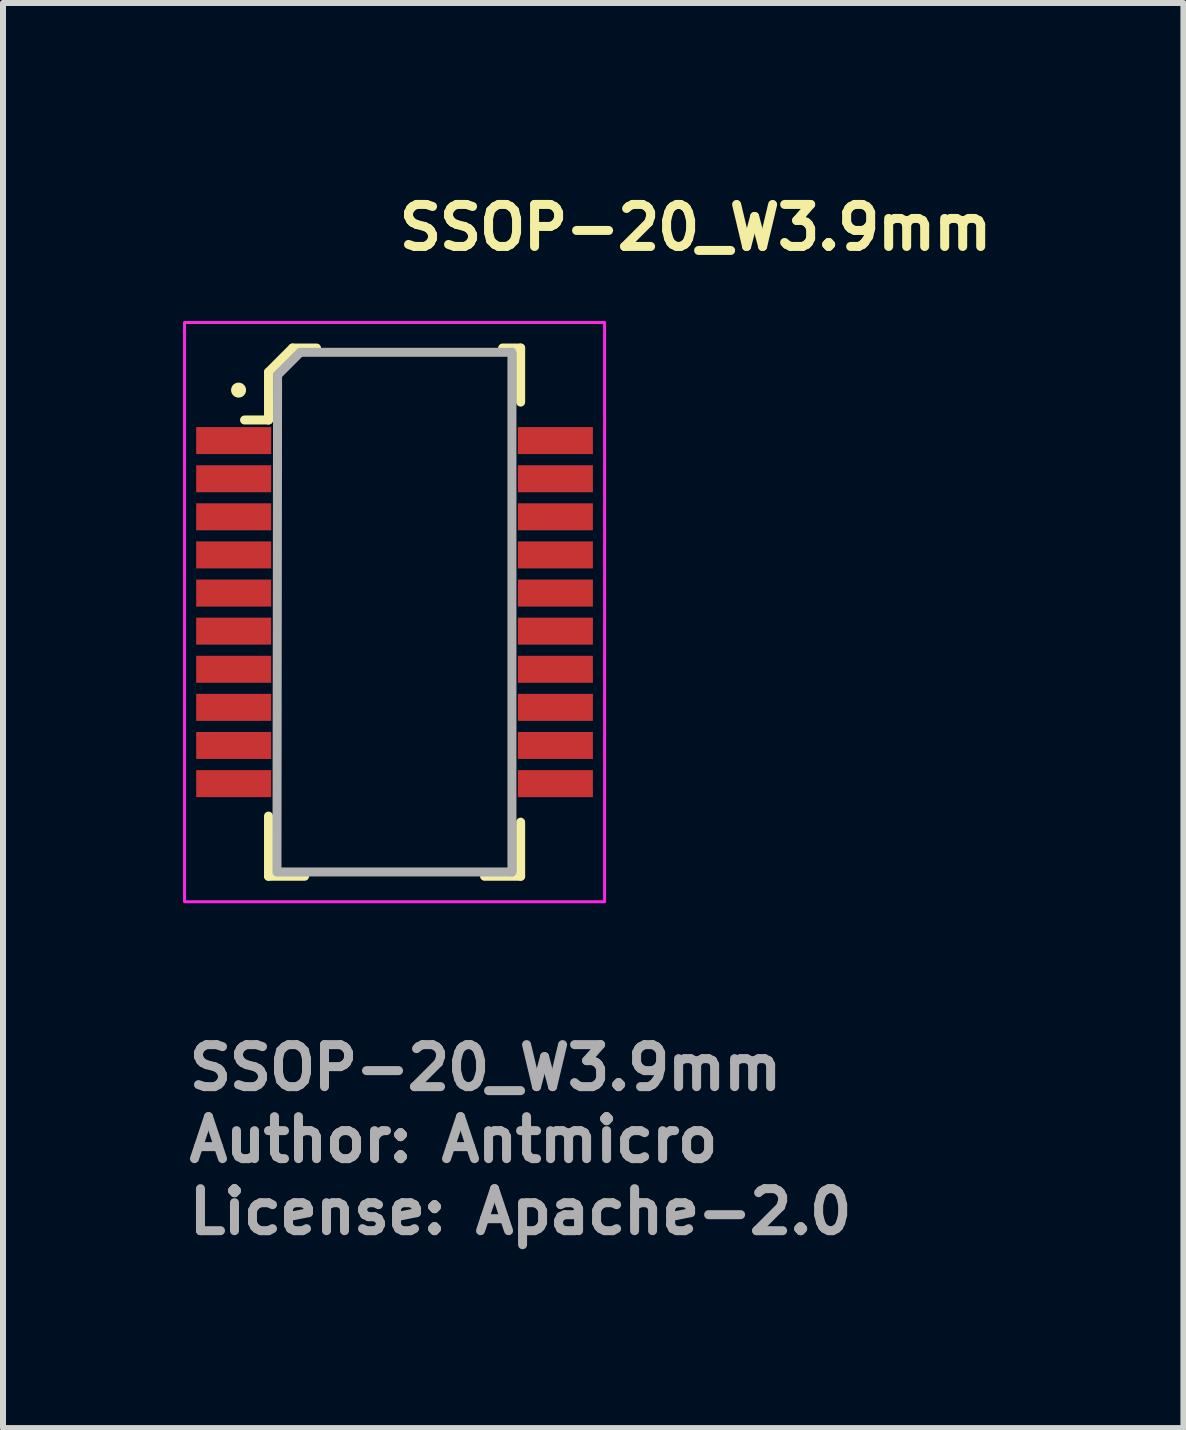
<source format=kicad_pcb>
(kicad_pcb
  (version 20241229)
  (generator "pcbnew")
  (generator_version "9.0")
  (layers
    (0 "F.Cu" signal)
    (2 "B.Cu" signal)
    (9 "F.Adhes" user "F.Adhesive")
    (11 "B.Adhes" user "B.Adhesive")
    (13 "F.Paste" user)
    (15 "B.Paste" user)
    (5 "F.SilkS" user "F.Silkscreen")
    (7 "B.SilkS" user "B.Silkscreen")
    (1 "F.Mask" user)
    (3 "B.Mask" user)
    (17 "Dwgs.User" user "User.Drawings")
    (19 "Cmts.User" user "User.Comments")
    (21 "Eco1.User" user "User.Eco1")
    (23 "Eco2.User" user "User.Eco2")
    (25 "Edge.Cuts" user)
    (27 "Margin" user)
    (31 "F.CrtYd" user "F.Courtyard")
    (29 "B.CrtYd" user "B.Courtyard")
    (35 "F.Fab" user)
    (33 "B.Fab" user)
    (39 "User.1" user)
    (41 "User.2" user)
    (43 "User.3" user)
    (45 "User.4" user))
  (footprint "SSOP-20_W3.9mm"
    (layer "F.Cu")
    (at 3.525 7.15)
    (property "Reference" "SSOP-20_W3.9mm" (at 0 -6 0) (layer "F.SilkS") (effects (font (size 0.7 0.7) (thickness 0.15)) (justify left bottom)))
    (attr smd)
    (fp_line (start -2.101 -4) (end -2.101 -3.202) (stroke (width 0.15) (type solid)) (layer "F.SilkS"))
    (fp_line (start -2.101 -3.202) (end -2.5 -3.202) (stroke (width 0.15) (type solid)) (layer "F.SilkS"))
    (fp_line (start -2.101 3.398) (end -2.101 4.4) (stroke (width 0.15) (type solid)) (layer "F.SilkS"))
    (fp_line (start -2.101 4.4) (end -1.5 4.4) (stroke (width 0.15) (type solid)) (layer "F.SilkS"))
    (fp_line (start -1.7 -4.401) (end -2.101 -4) (stroke (width 0.15) (type solid)) (layer "F.SilkS"))
    (fp_line (start -1.301 -4.401) (end -1.7 -4.401) (stroke (width 0.15) (type solid)) (layer "F.SilkS"))
    (fp_line (start 1.499 4.4) (end 2.1 4.4) (stroke (width 0.15) (type solid)) (layer "F.SilkS"))
    (fp_line (start 1.8 -4.401) (end 2.1 -4.401) (stroke (width 0.15) (type solid)) (layer "F.SilkS"))
    (fp_line (start 2.1 -4.401) (end 2.1 -3.5) (stroke (width 0.15) (type solid)) (layer "F.SilkS"))
    (fp_line (start 2.1 4.4) (end 2.1 3.499) (stroke (width 0.15) (type solid)) (layer "F.SilkS"))
    (fp_circle (center -2.6 -3.7) (end -2.55 -3.7) (stroke (width 0.15) (type solid)) (fill yes) (layer "F.SilkS"))
    (fp_rect (start -3.5 -4.827) (end 3.499 4.825) (stroke (width 0.05) (type solid)) (fill no) (layer "F.CrtYd"))
    (fp_line (start -1.96 4.328) (end -1.95 -3.951) (stroke (width 0.15) (type solid)) (layer "F.Fab"))
    (fp_line (start -1.956 4.329) (end 1.955 4.329) (stroke (width 0.15) (type solid)) (layer "F.Fab"))
    (fp_line (start -1.95 -3.951) (end -1.575 -4.327) (stroke (width 0.15) (type solid)) (layer "F.Fab"))
    (fp_line (start 1.949 -4.33) (end -1.571 -4.33) (stroke (width 0.15) (type solid)) (layer "F.Fab"))
    (fp_line (start 1.955 -4.332) (end 1.955 4.329) (stroke (width 0.15) (type solid)) (layer "F.Fab"))
    (fp_rect (start -3 -4.327) (end 2.999 4.325) (stroke (width 0.1) (type solid)) (fill no) (layer "User.5"))
    (fp_line (start -3 -2.984) (end -3 -2.734) (stroke (width 0.02) (type solid)) (layer "User.9"))
    (fp_line (start -3 -2.348) (end -3 -2.098) (stroke (width 0.02) (type solid)) (layer "User.9"))
    (fp_line (start -3 -1.714) (end -3 -1.464) (stroke (width 0.02) (type solid)) (layer "User.9"))
    (fp_line (start -3 -1.079) (end -3 -0.829) (stroke (width 0.02) (type solid)) (layer "User.9"))
    (fp_line (start -3 -0.443) (end -3 -0.194) (stroke (width 0.02) (type solid)) (layer "User.9"))
    (fp_line (start -3 0.192) (end -3 0.441) (stroke (width 0.02) (type solid)) (layer "User.9"))
    (fp_line (start -3 0.827) (end -3 1.076) (stroke (width 0.02) (type solid)) (layer "User.9"))
    (fp_line (start -3 1.461) (end -3 1.711) (stroke (width 0.02) (type solid)) (layer "User.9"))
    (fp_line (start -3 2.096) (end -3 2.346) (stroke (width 0.02) (type solid)) (layer "User.9"))
    (fp_line (start -3 2.732) (end -3 2.982) (stroke (width 0.02) (type solid)) (layer "User.9"))
    (fp_line (start -2.758 -2.984) (end -3 -2.984) (stroke (width 0.02) (type solid)) (layer "User.9"))
    (fp_line (start -2.758 -2.984) (end -2.537 -2.984) (stroke (width 0.02) (type solid)) (layer "User.9"))
    (fp_line (start -2.758 -2.734) (end -3 -2.734) (stroke (width 0.02) (type solid)) (layer "User.9"))
    (fp_line (start -2.758 -2.348) (end -3 -2.348) (stroke (width 0.02) (type solid)) (layer "User.9"))
    (fp_line (start -2.758 -2.348) (end -2.537 -2.348) (stroke (width 0.02) (type solid)) (layer "User.9"))
    (fp_line (start -2.758 -2.098) (end -3 -2.098) (stroke (width 0.02) (type solid)) (layer "User.9"))
    (fp_line (start -2.758 -1.714) (end -3 -1.714) (stroke (width 0.02) (type solid)) (layer "User.9"))
    (fp_line (start -2.758 -1.714) (end -2.537 -1.714) (stroke (width 0.02) (type solid)) (layer "User.9"))
    (fp_line (start -2.758 -1.464) (end -3 -1.464) (stroke (width 0.02) (type solid)) (layer "User.9"))
    (fp_line (start -2.758 -1.079) (end -3 -1.079) (stroke (width 0.02) (type solid)) (layer "User.9"))
    (fp_line (start -2.758 -1.079) (end -2.537 -1.079) (stroke (width 0.02) (type solid)) (layer "User.9"))
    (fp_line (start -2.758 -0.829) (end -3 -0.829) (stroke (width 0.02) (type solid)) (layer "User.9"))
    (fp_line (start -2.758 -0.443) (end -3 -0.443) (stroke (width 0.02) (type solid)) (layer "User.9"))
    (fp_line (start -2.758 -0.443) (end -2.537 -0.443) (stroke (width 0.02) (type solid)) (layer "User.9"))
    (fp_line (start -2.758 -0.194) (end -3 -0.194) (stroke (width 0.02) (type solid)) (layer "User.9"))
    (fp_line (start -2.758 0.192) (end -3 0.192) (stroke (width 0.02) (type solid)) (layer "User.9"))
    (fp_line (start -2.758 0.192) (end -2.537 0.192) (stroke (width 0.02) (type solid)) (layer "User.9"))
    (fp_line (start -2.758 0.441) (end -3 0.441) (stroke (width 0.02) (type solid)) (layer "User.9"))
    (fp_line (start -2.758 0.827) (end -3 0.827) (stroke (width 0.02) (type solid)) (layer "User.9"))
    (fp_line (start -2.758 0.827) (end -2.537 0.827) (stroke (width 0.02) (type solid)) (layer "User.9"))
    (fp_line (start -2.758 1.076) (end -3 1.076) (stroke (width 0.02) (type solid)) (layer "User.9"))
    (fp_line (start -2.758 1.461) (end -3 1.461) (stroke (width 0.02) (type solid)) (layer "User.9"))
    (fp_line (start -2.758 1.461) (end -2.537 1.461) (stroke (width 0.02) (type solid)) (layer "User.9"))
    (fp_line (start -2.758 1.711) (end -3 1.711) (stroke (width 0.02) (type solid)) (layer "User.9"))
    (fp_line (start -2.758 2.096) (end -3 2.096) (stroke (width 0.02) (type solid)) (layer "User.9"))
    (fp_line (start -2.758 2.096) (end -2.537 2.096) (stroke (width 0.02) (type solid)) (layer "User.9"))
    (fp_line (start -2.758 2.346) (end -3 2.346) (stroke (width 0.02) (type solid)) (layer "User.9"))
    (fp_line (start -2.758 2.732) (end -3 2.732) (stroke (width 0.02) (type solid)) (layer "User.9"))
    (fp_line (start -2.758 2.732) (end -2.537 2.732) (stroke (width 0.02) (type solid)) (layer "User.9"))
    (fp_line (start -2.758 2.982) (end -3 2.982) (stroke (width 0.02) (type solid)) (layer "User.9"))
    (fp_line (start -2.537 -2.734) (end -2.758 -2.734) (stroke (width 0.02) (type solid)) (layer "User.9"))
    (fp_line (start -2.537 -2.734) (end -2.423 -2.734) (stroke (width 0.02) (type solid)) (layer "User.9"))
    (fp_line (start -2.537 -2.098) (end -2.758 -2.098) (stroke (width 0.02) (type solid)) (layer "User.9"))
    (fp_line (start -2.537 -2.098) (end -2.423 -2.098) (stroke (width 0.02) (type solid)) (layer "User.9"))
    (fp_line (start -2.537 -1.464) (end -2.758 -1.464) (stroke (width 0.02) (type solid)) (layer "User.9"))
    (fp_line (start -2.537 -1.464) (end -2.423 -1.464) (stroke (width 0.02) (type solid)) (layer "User.9"))
    (fp_line (start -2.537 -0.829) (end -2.758 -0.829) (stroke (width 0.02) (type solid)) (layer "User.9"))
    (fp_line (start -2.537 -0.829) (end -2.423 -0.829) (stroke (width 0.02) (type solid)) (layer "User.9"))
    (fp_line (start -2.537 -0.194) (end -2.758 -0.194) (stroke (width 0.02) (type solid)) (layer "User.9"))
    (fp_line (start -2.537 -0.194) (end -2.423 -0.194) (stroke (width 0.02) (type solid)) (layer "User.9"))
    (fp_line (start -2.537 0.441) (end -2.758 0.441) (stroke (width 0.02) (type solid)) (layer "User.9"))
    (fp_line (start -2.537 0.441) (end -2.423 0.441) (stroke (width 0.02) (type solid)) (layer "User.9"))
    (fp_line (start -2.537 1.076) (end -2.758 1.076) (stroke (width 0.02) (type solid)) (layer "User.9"))
    (fp_line (start -2.537 1.076) (end -2.423 1.076) (stroke (width 0.02) (type solid)) (layer "User.9"))
    (fp_line (start -2.537 1.711) (end -2.758 1.711) (stroke (width 0.02) (type solid)) (layer "User.9"))
    (fp_line (start -2.537 1.711) (end -2.423 1.711) (stroke (width 0.02) (type solid)) (layer "User.9"))
    (fp_line (start -2.537 2.346) (end -2.758 2.346) (stroke (width 0.02) (type solid)) (layer "User.9"))
    (fp_line (start -2.537 2.346) (end -2.423 2.346) (stroke (width 0.02) (type solid)) (layer "User.9"))
    (fp_line (start -2.537 2.982) (end -2.758 2.982) (stroke (width 0.02) (type solid)) (layer "User.9"))
    (fp_line (start -2.537 2.982) (end -2.423 2.982) (stroke (width 0.02) (type solid)) (layer "User.9"))
    (fp_line (start -2.423 -2.984) (end -2.537 -2.984) (stroke (width 0.02) (type solid)) (layer "User.9"))
    (fp_line (start -2.423 -2.984) (end -2.12 -2.984) (stroke (width 0.02) (type solid)) (layer "User.9"))
    (fp_line (start -2.423 -2.348) (end -2.537 -2.348) (stroke (width 0.02) (type solid)) (layer "User.9"))
    (fp_line (start -2.423 -2.348) (end -2.12 -2.348) (stroke (width 0.02) (type solid)) (layer "User.9"))
    (fp_line (start -2.423 -1.714) (end -2.537 -1.714) (stroke (width 0.02) (type solid)) (layer "User.9"))
    (fp_line (start -2.423 -1.714) (end -2.12 -1.714) (stroke (width 0.02) (type solid)) (layer "User.9"))
    (fp_line (start -2.423 -1.079) (end -2.537 -1.079) (stroke (width 0.02) (type solid)) (layer "User.9"))
    (fp_line (start -2.423 -1.079) (end -2.12 -1.079) (stroke (width 0.02) (type solid)) (layer "User.9"))
    (fp_line (start -2.423 -0.443) (end -2.537 -0.443) (stroke (width 0.02) (type solid)) (layer "User.9"))
    (fp_line (start -2.423 -0.443) (end -2.12 -0.443) (stroke (width 0.02) (type solid)) (layer "User.9"))
    (fp_line (start -2.423 0.192) (end -2.537 0.192) (stroke (width 0.02) (type solid)) (layer "User.9"))
    (fp_line (start -2.423 0.192) (end -2.12 0.192) (stroke (width 0.02) (type solid)) (layer "User.9"))
    (fp_line (start -2.423 0.827) (end -2.537 0.827) (stroke (width 0.02) (type solid)) (layer "User.9"))
    (fp_line (start -2.423 0.827) (end -2.12 0.827) (stroke (width 0.02) (type solid)) (layer "User.9"))
    (fp_line (start -2.423 1.461) (end -2.537 1.461) (stroke (width 0.02) (type solid)) (layer "User.9"))
    (fp_line (start -2.423 1.461) (end -2.12 1.461) (stroke (width 0.02) (type solid)) (layer "User.9"))
    (fp_line (start -2.423 2.096) (end -2.537 2.096) (stroke (width 0.02) (type solid)) (layer "User.9"))
    (fp_line (start -2.423 2.096) (end -2.12 2.096) (stroke (width 0.02) (type solid)) (layer "User.9"))
    (fp_line (start -2.423 2.732) (end -2.537 2.732) (stroke (width 0.02) (type solid)) (layer "User.9"))
    (fp_line (start -2.423 2.732) (end -2.12 2.732) (stroke (width 0.02) (type solid)) (layer "User.9"))
    (fp_line (start -2.12 -2.734) (end -2.423 -2.734) (stroke (width 0.02) (type solid)) (layer "User.9"))
    (fp_line (start -2.12 -2.098) (end -2.423 -2.098) (stroke (width 0.02) (type solid)) (layer "User.9"))
    (fp_line (start -2.12 -1.464) (end -2.423 -1.464) (stroke (width 0.02) (type solid)) (layer "User.9"))
    (fp_line (start -2.12 -0.829) (end -2.423 -0.829) (stroke (width 0.02) (type solid)) (layer "User.9"))
    (fp_line (start -2.12 -0.194) (end -2.423 -0.194) (stroke (width 0.02) (type solid)) (layer "User.9"))
    (fp_line (start -2.12 0.441) (end -2.423 0.441) (stroke (width 0.02) (type solid)) (layer "User.9"))
    (fp_line (start -2.12 1.076) (end -2.423 1.076) (stroke (width 0.02) (type solid)) (layer "User.9"))
    (fp_line (start -2.12 1.711) (end -2.423 1.711) (stroke (width 0.02) (type solid)) (layer "User.9"))
    (fp_line (start -2.12 2.346) (end -2.423 2.346) (stroke (width 0.02) (type solid)) (layer "User.9"))
    (fp_line (start -2.12 2.982) (end -2.423 2.982) (stroke (width 0.02) (type solid)) (layer "User.9"))
    (fp_line (start -1.95 -4.156) (end -1.95 -4.148) (stroke (width 0.02) (type solid)) (layer "User.9"))
    (fp_line (start -1.95 -4.148) (end -1.95 -4.138) (stroke (width 0.02) (type solid)) (layer "User.9"))
    (fp_line (start -1.95 -4.138) (end -1.95 -4.127) (stroke (width 0.02) (type solid)) (layer "User.9"))
    (fp_line (start -1.95 -4.127) (end -1.95 -4.125) (stroke (width 0.02) (type solid)) (layer "User.9"))
    (fp_line (start -1.95 -4.125) (end -1.95 4.123) (stroke (width 0.02) (type solid)) (layer "User.9"))
    (fp_line (start -1.95 -2.984) (end -2.12 -2.984) (stroke (width 0.02) (type solid)) (layer "User.9"))
    (fp_line (start -1.95 -2.984) (end -1.95 -2.734) (stroke (width 0.02) (type solid)) (layer "User.9"))
    (fp_line (start -1.95 -2.734) (end -2.12 -2.734) (stroke (width 0.02) (type solid)) (layer "User.9"))
    (fp_line (start -1.95 -2.348) (end -2.12 -2.348) (stroke (width 0.02) (type solid)) (layer "User.9"))
    (fp_line (start -1.95 -2.348) (end -1.95 -2.098) (stroke (width 0.02) (type solid)) (layer "User.9"))
    (fp_line (start -1.95 -2.098) (end -2.12 -2.098) (stroke (width 0.02) (type solid)) (layer "User.9"))
    (fp_line (start -1.95 -1.714) (end -2.12 -1.714) (stroke (width 0.02) (type solid)) (layer "User.9"))
    (fp_line (start -1.95 -1.714) (end -1.95 -1.464) (stroke (width 0.02) (type solid)) (layer "User.9"))
    (fp_line (start -1.95 -1.464) (end -2.12 -1.464) (stroke (width 0.02) (type solid)) (layer "User.9"))
    (fp_line (start -1.95 -1.079) (end -2.12 -1.079) (stroke (width 0.02) (type solid)) (layer "User.9"))
    (fp_line (start -1.95 -1.079) (end -1.95 -0.829) (stroke (width 0.02) (type solid)) (layer "User.9"))
    (fp_line (start -1.95 -0.829) (end -2.12 -0.829) (stroke (width 0.02) (type solid)) (layer "User.9"))
    (fp_line (start -1.95 -0.443) (end -2.12 -0.443) (stroke (width 0.02) (type solid)) (layer "User.9"))
    (fp_line (start -1.95 -0.443) (end -1.95 -0.194) (stroke (width 0.02) (type solid)) (layer "User.9"))
    (fp_line (start -1.95 -0.194) (end -2.12 -0.194) (stroke (width 0.02) (type solid)) (layer "User.9"))
    (fp_line (start -1.95 0.192) (end -2.12 0.192) (stroke (width 0.02) (type solid)) (layer "User.9"))
    (fp_line (start -1.95 0.192) (end -1.95 0.441) (stroke (width 0.02) (type solid)) (layer "User.9"))
    (fp_line (start -1.95 0.441) (end -2.12 0.441) (stroke (width 0.02) (type solid)) (layer "User.9"))
    (fp_line (start -1.95 0.827) (end -2.12 0.827) (stroke (width 0.02) (type solid)) (layer "User.9"))
    (fp_line (start -1.95 0.827) (end -1.95 1.076) (stroke (width 0.02) (type solid)) (layer "User.9"))
    (fp_line (start -1.95 1.076) (end -2.12 1.076) (stroke (width 0.02) (type solid)) (layer "User.9"))
    (fp_line (start -1.95 1.461) (end -2.12 1.461) (stroke (width 0.02) (type solid)) (layer "User.9"))
    (fp_line (start -1.95 1.461) (end -1.95 1.711) (stroke (width 0.02) (type solid)) (layer "User.9"))
    (fp_line (start -1.95 1.711) (end -2.12 1.711) (stroke (width 0.02) (type solid)) (layer "User.9"))
    (fp_line (start -1.95 2.096) (end -2.12 2.096) (stroke (width 0.02) (type solid)) (layer "User.9"))
    (fp_line (start -1.95 2.096) (end -1.95 2.346) (stroke (width 0.02) (type solid)) (layer "User.9"))
    (fp_line (start -1.95 2.346) (end -2.12 2.346) (stroke (width 0.02) (type solid)) (layer "User.9"))
    (fp_line (start -1.95 2.732) (end -2.12 2.732) (stroke (width 0.02) (type solid)) (layer "User.9"))
    (fp_line (start -1.95 2.732) (end -1.95 2.982) (stroke (width 0.02) (type solid)) (layer "User.9"))
    (fp_line (start -1.95 2.982) (end -2.12 2.982) (stroke (width 0.02) (type solid)) (layer "User.9"))
    (fp_line (start -1.95 4.123) (end -1.95 4.126) (stroke (width 0.02) (type solid)) (layer "User.9"))
    (fp_line (start -1.95 4.126) (end -1.95 4.136) (stroke (width 0.02) (type solid)) (layer "User.9"))
    (fp_line (start -1.95 4.136) (end -1.95 4.145) (stroke (width 0.02) (type solid)) (layer "User.9"))
    (fp_line (start -1.95 4.145) (end -1.95 4.155) (stroke (width 0.02) (type solid)) (layer "User.9"))
    (fp_line (start -1.95 4.155) (end -1.948 4.164) (stroke (width 0.02) (type solid)) (layer "User.9"))
    (fp_line (start -1.948 -4.167) (end -1.95 -4.156) (stroke (width 0.02) (type solid)) (layer "User.9"))
    (fp_line (start -1.948 4.164) (end -1.946 4.174) (stroke (width 0.02) (type solid)) (layer "User.9"))
    (fp_line (start -1.946 -4.175) (end -1.948 -4.167) (stroke (width 0.02) (type solid)) (layer "User.9"))
    (fp_line (start -1.946 4.174) (end -1.942 4.184) (stroke (width 0.02) (type solid)) (layer "User.9"))
    (fp_line (start -1.942 -4.186) (end -1.946 -4.175) (stroke (width 0.02) (type solid)) (layer "User.9"))
    (fp_line (start -1.942 4.184) (end -1.94 4.193) (stroke (width 0.02) (type solid)) (layer "User.9"))
    (fp_line (start -1.94 -4.194) (end -1.942 -4.186) (stroke (width 0.02) (type solid)) (layer "User.9"))
    (fp_line (start -1.94 4.193) (end -1.936 4.201) (stroke (width 0.02) (type solid)) (layer "User.9"))
    (fp_line (start -1.936 -4.204) (end -1.94 -4.194) (stroke (width 0.02) (type solid)) (layer "User.9"))
    (fp_line (start -1.936 4.201) (end -1.932 4.211) (stroke (width 0.02) (type solid)) (layer "User.9"))
    (fp_line (start -1.932 -4.212) (end -1.936 -4.204) (stroke (width 0.02) (type solid)) (layer "User.9"))
    (fp_line (start -1.932 4.211) (end -1.928 4.219) (stroke (width 0.02) (type solid)) (layer "User.9"))
    (fp_line (start -1.928 -4.22) (end -1.932 -4.212) (stroke (width 0.02) (type solid)) (layer "User.9"))
    (fp_line (start -1.928 4.219) (end -1.922 4.227) (stroke (width 0.02) (type solid)) (layer "User.9"))
    (fp_line (start -1.922 -4.23) (end -1.928 -4.22) (stroke (width 0.02) (type solid)) (layer "User.9"))
    (fp_line (start -1.922 4.227) (end -1.917 4.235) (stroke (width 0.02) (type solid)) (layer "User.9"))
    (fp_line (start -1.917 -4.238) (end -1.922 -4.23) (stroke (width 0.02) (type solid)) (layer "User.9"))
    (fp_line (start -1.917 4.235) (end -1.911 4.243) (stroke (width 0.02) (type solid)) (layer "User.9"))
    (fp_line (start -1.911 -4.246) (end -1.917 -4.238) (stroke (width 0.02) (type solid)) (layer "User.9"))
    (fp_line (start -1.911 4.243) (end -1.905 4.251) (stroke (width 0.02) (type solid)) (layer "User.9"))
    (fp_line (start -1.905 -4.252) (end -1.911 -4.246) (stroke (width 0.02) (type solid)) (layer "User.9"))
    (fp_line (start -1.905 4.251) (end -1.899 4.259) (stroke (width 0.02) (type solid)) (layer "User.9"))
    (fp_line (start -1.899 -4.26) (end -1.905 -4.252) (stroke (width 0.02) (type solid)) (layer "User.9"))
    (fp_line (start -1.899 4.259) (end -1.893 4.265) (stroke (width 0.02) (type solid)) (layer "User.9"))
    (fp_line (start -1.893 -4.268) (end -1.899 -4.26) (stroke (width 0.02) (type solid)) (layer "User.9"))
    (fp_line (start -1.893 4.265) (end -1.885 4.272) (stroke (width 0.02) (type solid)) (layer "User.9"))
    (fp_line (start -1.885 -4.273) (end -1.893 -4.268) (stroke (width 0.02) (type solid)) (layer "User.9"))
    (fp_line (start -1.885 4.272) (end -1.877 4.278) (stroke (width 0.02) (type solid)) (layer "User.9"))
    (fp_line (start -1.877 -4.281) (end -1.885 -4.273) (stroke (width 0.02) (type solid)) (layer "User.9"))
    (fp_line (start -1.877 4.278) (end -1.871 4.285) (stroke (width 0.02) (type solid)) (layer "User.9"))
    (fp_line (start -1.871 -4.287) (end -1.877 -4.281) (stroke (width 0.02) (type solid)) (layer "User.9"))
    (fp_line (start -1.871 4.285) (end -1.863 4.289) (stroke (width 0.02) (type solid)) (layer "User.9"))
    (fp_line (start -1.863 -4.292) (end -1.871 -4.287) (stroke (width 0.02) (type solid)) (layer "User.9"))
    (fp_line (start -1.863 4.289) (end -1.855 4.296) (stroke (width 0.02) (type solid)) (layer "User.9"))
    (fp_line (start -1.855 -4.297) (end -1.863 -4.292) (stroke (width 0.02) (type solid)) (layer "User.9"))
    (fp_line (start -1.855 4.296) (end -1.845 4.301) (stroke (width 0.02) (type solid)) (layer "User.9"))
    (fp_line (start -1.845 -4.303) (end -1.855 -4.297) (stroke (width 0.02) (type solid)) (layer "User.9"))
    (fp_line (start -1.845 4.301) (end -1.837 4.304) (stroke (width 0.02) (type solid)) (layer "User.9"))
    (fp_line (start -1.837 -4.306) (end -1.845 -4.303) (stroke (width 0.02) (type solid)) (layer "User.9"))
    (fp_line (start -1.837 4.304) (end -1.829 4.309) (stroke (width 0.02) (type solid)) (layer "User.9"))
    (fp_line (start -1.829 -4.311) (end -1.837 -4.306) (stroke (width 0.02) (type solid)) (layer "User.9"))
    (fp_line (start -1.829 4.309) (end -1.819 4.312) (stroke (width 0.02) (type solid)) (layer "User.9"))
    (fp_line (start -1.819 -4.314) (end -1.829 -4.311) (stroke (width 0.02) (type solid)) (layer "User.9"))
    (fp_line (start -1.819 4.312) (end -1.811 4.315) (stroke (width 0.02) (type solid)) (layer "User.9"))
    (fp_line (start -1.811 -4.318) (end -1.819 -4.314) (stroke (width 0.02) (type solid)) (layer "User.9"))
    (fp_line (start -1.811 4.315) (end -1.801 4.318) (stroke (width 0.02) (type solid)) (layer "User.9"))
    (fp_line (start -1.801 -4.321) (end -1.811 -4.318) (stroke (width 0.02) (type solid)) (layer "User.9"))
    (fp_line (start -1.801 4.318) (end -1.792 4.32) (stroke (width 0.02) (type solid)) (layer "User.9"))
    (fp_line (start -1.792 -4.322) (end -1.801 -4.321) (stroke (width 0.02) (type solid)) (layer "User.9"))
    (fp_line (start -1.792 4.32) (end -1.782 4.323) (stroke (width 0.02) (type solid)) (layer "User.9"))
    (fp_line (start -1.782 -4.324) (end -1.792 -4.322) (stroke (width 0.02) (type solid)) (layer "User.9"))
    (fp_line (start -1.782 4.323) (end -1.772 4.323) (stroke (width 0.02) (type solid)) (layer "User.9"))
    (fp_line (start -1.772 -4.326) (end -1.782 -4.324) (stroke (width 0.02) (type solid)) (layer "User.9"))
    (fp_line (start -1.772 4.323) (end -1.762 4.323) (stroke (width 0.02) (type solid)) (layer "User.9"))
    (fp_line (start -1.762 -4.326) (end -1.772 -4.326) (stroke (width 0.02) (type solid)) (layer "User.9"))
    (fp_line (start -1.762 4.323) (end -1.752 4.323) (stroke (width 0.02) (type solid)) (layer "User.9"))
    (fp_line (start -1.752 -4.326) (end -1.762 -4.326) (stroke (width 0.02) (type solid)) (layer "User.9"))
    (fp_line (start -1.752 4.323) (end -1.75 4.325) (stroke (width 0.02) (type solid)) (layer "User.9"))
    (fp_line (start -1.75 -4.327) (end -1.752 -4.326) (stroke (width 0.02) (type solid)) (layer "User.9"))
    (fp_line (start -1.75 4.325) (end 1.749 4.325) (stroke (width 0.02) (type solid)) (layer "User.9"))
    (fp_line (start 1.749 -4.327) (end -1.75 -4.327) (stroke (width 0.02) (type solid)) (layer "User.9"))
    (fp_line (start 1.749 4.325) (end 1.751 4.323) (stroke (width 0.02) (type solid)) (layer "User.9"))
    (fp_line (start 1.751 -4.326) (end 1.749 -4.327) (stroke (width 0.02) (type solid)) (layer "User.9"))
    (fp_line (start 1.751 4.323) (end 1.761 4.323) (stroke (width 0.02) (type solid)) (layer "User.9"))
    (fp_line (start 1.761 -4.326) (end 1.751 -4.326) (stroke (width 0.02) (type solid)) (layer "User.9"))
    (fp_line (start 1.761 4.323) (end 1.771 4.323) (stroke (width 0.02) (type solid)) (layer "User.9"))
    (fp_line (start 1.771 -4.326) (end 1.761 -4.326) (stroke (width 0.02) (type solid)) (layer "User.9"))
    (fp_line (start 1.771 4.323) (end 1.779 4.323) (stroke (width 0.02) (type solid)) (layer "User.9"))
    (fp_line (start 1.779 -4.324) (end 1.771 -4.326) (stroke (width 0.02) (type solid)) (layer "User.9"))
    (fp_line (start 1.779 4.323) (end 1.789 4.32) (stroke (width 0.02) (type solid)) (layer "User.9"))
    (fp_line (start 1.789 -4.322) (end 1.779 -4.324) (stroke (width 0.02) (type solid)) (layer "User.9"))
    (fp_line (start 1.789 4.32) (end 1.798 4.318) (stroke (width 0.02) (type solid)) (layer "User.9"))
    (fp_line (start 1.798 -4.321) (end 1.789 -4.322) (stroke (width 0.02) (type solid)) (layer "User.9"))
    (fp_line (start 1.798 4.318) (end 1.808 4.315) (stroke (width 0.02) (type solid)) (layer "User.9"))
    (fp_line (start 1.808 -4.318) (end 1.798 -4.321) (stroke (width 0.02) (type solid)) (layer "User.9"))
    (fp_line (start 1.808 4.315) (end 1.818 4.312) (stroke (width 0.02) (type solid)) (layer "User.9"))
    (fp_line (start 1.818 -4.314) (end 1.808 -4.318) (stroke (width 0.02) (type solid)) (layer "User.9"))
    (fp_line (start 1.818 4.312) (end 1.826 4.309) (stroke (width 0.02) (type solid)) (layer "User.9"))
    (fp_line (start 1.826 -4.311) (end 1.818 -4.314) (stroke (width 0.02) (type solid)) (layer "User.9"))
    (fp_line (start 1.826 4.309) (end 1.836 4.304) (stroke (width 0.02) (type solid)) (layer "User.9"))
    (fp_line (start 1.836 -4.306) (end 1.826 -4.311) (stroke (width 0.02) (type solid)) (layer "User.9"))
    (fp_line (start 1.836 4.304) (end 1.844 4.301) (stroke (width 0.02) (type solid)) (layer "User.9"))
    (fp_line (start 1.844 -4.303) (end 1.836 -4.306) (stroke (width 0.02) (type solid)) (layer "User.9"))
    (fp_line (start 1.844 4.301) (end 1.852 4.296) (stroke (width 0.02) (type solid)) (layer "User.9"))
    (fp_line (start 1.852 -4.297) (end 1.844 -4.303) (stroke (width 0.02) (type solid)) (layer "User.9"))
    (fp_line (start 1.852 4.296) (end 1.86 4.289) (stroke (width 0.02) (type solid)) (layer "User.9"))
    (fp_line (start 1.86 -4.292) (end 1.852 -4.297) (stroke (width 0.02) (type solid)) (layer "User.9"))
    (fp_line (start 1.86 4.289) (end 1.868 4.285) (stroke (width 0.02) (type solid)) (layer "User.9"))
    (fp_line (start 1.868 -4.287) (end 1.86 -4.292) (stroke (width 0.02) (type solid)) (layer "User.9"))
    (fp_line (start 1.868 4.285) (end 1.876 4.278) (stroke (width 0.02) (type solid)) (layer "User.9"))
    (fp_line (start 1.876 -4.281) (end 1.868 -4.287) (stroke (width 0.02) (type solid)) (layer "User.9"))
    (fp_line (start 1.876 4.278) (end 1.884 4.272) (stroke (width 0.02) (type solid)) (layer "User.9"))
    (fp_line (start 1.884 -4.273) (end 1.876 -4.281) (stroke (width 0.02) (type solid)) (layer "User.9"))
    (fp_line (start 1.884 4.272) (end 1.89 4.265) (stroke (width 0.02) (type solid)) (layer "User.9"))
    (fp_line (start 1.89 -4.268) (end 1.884 -4.273) (stroke (width 0.02) (type solid)) (layer "User.9"))
    (fp_line (start 1.89 4.265) (end 1.896 4.259) (stroke (width 0.02) (type solid)) (layer "User.9"))
    (fp_line (start 1.896 -4.26) (end 1.89 -4.268) (stroke (width 0.02) (type solid)) (layer "User.9"))
    (fp_line (start 1.896 4.259) (end 1.904 4.251) (stroke (width 0.02) (type solid)) (layer "User.9"))
    (fp_line (start 1.904 -4.252) (end 1.896 -4.26) (stroke (width 0.02) (type solid)) (layer "User.9"))
    (fp_line (start 1.904 4.251) (end 1.91 4.243) (stroke (width 0.02) (type solid)) (layer "User.9"))
    (fp_line (start 1.91 -4.246) (end 1.904 -4.252) (stroke (width 0.02) (type solid)) (layer "User.9"))
    (fp_line (start 1.91 4.243) (end 1.914 4.235) (stroke (width 0.02) (type solid)) (layer "User.9"))
    (fp_line (start 1.914 -4.238) (end 1.91 -4.246) (stroke (width 0.02) (type solid)) (layer "User.9"))
    (fp_line (start 1.914 4.235) (end 1.921 4.227) (stroke (width 0.02) (type solid)) (layer "User.9"))
    (fp_line (start 1.921 -4.23) (end 1.914 -4.238) (stroke (width 0.02) (type solid)) (layer "User.9"))
    (fp_line (start 1.921 4.227) (end 1.925 4.219) (stroke (width 0.02) (type solid)) (layer "User.9"))
    (fp_line (start 1.925 -4.22) (end 1.921 -4.23) (stroke (width 0.02) (type solid)) (layer "User.9"))
    (fp_line (start 1.925 4.219) (end 1.929 4.211) (stroke (width 0.02) (type solid)) (layer "User.9"))
    (fp_line (start 1.929 -4.212) (end 1.925 -4.22) (stroke (width 0.02) (type solid)) (layer "User.9"))
    (fp_line (start 1.929 4.211) (end 1.933 4.201) (stroke (width 0.02) (type solid)) (layer "User.9"))
    (fp_line (start 1.933 -4.204) (end 1.929 -4.212) (stroke (width 0.02) (type solid)) (layer "User.9"))
    (fp_line (start 1.933 4.201) (end 1.937 4.193) (stroke (width 0.02) (type solid)) (layer "User.9"))
    (fp_line (start 1.937 -4.194) (end 1.933 -4.204) (stroke (width 0.02) (type solid)) (layer "User.9"))
    (fp_line (start 1.937 4.193) (end 1.941 4.184) (stroke (width 0.02) (type solid)) (layer "User.9"))
    (fp_line (start 1.941 -4.186) (end 1.937 -4.194) (stroke (width 0.02) (type solid)) (layer "User.9"))
    (fp_line (start 1.941 4.184) (end 1.943 4.174) (stroke (width 0.02) (type solid)) (layer "User.9"))
    (fp_line (start 1.943 -4.175) (end 1.941 -4.186) (stroke (width 0.02) (type solid)) (layer "User.9"))
    (fp_line (start 1.943 4.174) (end 1.945 4.164) (stroke (width 0.02) (type solid)) (layer "User.9"))
    (fp_line (start 1.945 -4.167) (end 1.943 -4.175) (stroke (width 0.02) (type solid)) (layer "User.9"))
    (fp_line (start 1.945 4.164) (end 1.947 4.155) (stroke (width 0.02) (type solid)) (layer "User.9"))
    (fp_line (start 1.947 -4.156) (end 1.945 -4.167) (stroke (width 0.02) (type solid)) (layer "User.9"))
    (fp_line (start 1.947 4.155) (end 1.949 4.145) (stroke (width 0.02) (type solid)) (layer "User.9"))
    (fp_line (start 1.949 -4.148) (end 1.947 -4.156) (stroke (width 0.02) (type solid)) (layer "User.9"))
    (fp_line (start 1.949 -4.138) (end 1.949 -4.148) (stroke (width 0.02) (type solid)) (layer "User.9"))
    (fp_line (start 1.949 -4.127) (end 1.949 -4.138) (stroke (width 0.02) (type solid)) (layer "User.9"))
    (fp_line (start 1.949 -4.125) (end 1.949 -4.127) (stroke (width 0.02) (type solid)) (layer "User.9"))
    (fp_line (start 1.949 -2.984) (end 2.117 -2.984) (stroke (width 0.02) (type solid)) (layer "User.9"))
    (fp_line (start 1.949 -2.734) (end 1.949 -2.984) (stroke (width 0.02) (type solid)) (layer "User.9"))
    (fp_line (start 1.949 -2.734) (end 2.117 -2.734) (stroke (width 0.02) (type solid)) (layer "User.9"))
    (fp_line (start 1.949 -2.348) (end 2.117 -2.348) (stroke (width 0.02) (type solid)) (layer "User.9"))
    (fp_line (start 1.949 -2.098) (end 1.949 -2.348) (stroke (width 0.02) (type solid)) (layer "User.9"))
    (fp_line (start 1.949 -2.098) (end 2.117 -2.098) (stroke (width 0.02) (type solid)) (layer "User.9"))
    (fp_line (start 1.949 -1.714) (end 2.117 -1.714) (stroke (width 0.02) (type solid)) (layer "User.9"))
    (fp_line (start 1.949 -1.464) (end 1.949 -1.714) (stroke (width 0.02) (type solid)) (layer "User.9"))
    (fp_line (start 1.949 -1.464) (end 2.117 -1.464) (stroke (width 0.02) (type solid)) (layer "User.9"))
    (fp_line (start 1.949 -1.079) (end 2.117 -1.079) (stroke (width 0.02) (type solid)) (layer "User.9"))
    (fp_line (start 1.949 -0.829) (end 1.949 -1.079) (stroke (width 0.02) (type solid)) (layer "User.9"))
    (fp_line (start 1.949 -0.829) (end 2.117 -0.829) (stroke (width 0.02) (type solid)) (layer "User.9"))
    (fp_line (start 1.949 -0.443) (end 2.117 -0.443) (stroke (width 0.02) (type solid)) (layer "User.9"))
    (fp_line (start 1.949 -0.194) (end 1.949 -0.443) (stroke (width 0.02) (type solid)) (layer "User.9"))
    (fp_line (start 1.949 -0.194) (end 2.117 -0.194) (stroke (width 0.02) (type solid)) (layer "User.9"))
    (fp_line (start 1.949 0.192) (end 2.117 0.192) (stroke (width 0.02) (type solid)) (layer "User.9"))
    (fp_line (start 1.949 0.441) (end 1.949 0.192) (stroke (width 0.02) (type solid)) (layer "User.9"))
    (fp_line (start 1.949 0.441) (end 2.117 0.441) (stroke (width 0.02) (type solid)) (layer "User.9"))
    (fp_line (start 1.949 0.827) (end 2.117 0.827) (stroke (width 0.02) (type solid)) (layer "User.9"))
    (fp_line (start 1.949 1.076) (end 1.949 0.827) (stroke (width 0.02) (type solid)) (layer "User.9"))
    (fp_line (start 1.949 1.076) (end 2.117 1.076) (stroke (width 0.02) (type solid)) (layer "User.9"))
    (fp_line (start 1.949 1.461) (end 2.117 1.461) (stroke (width 0.02) (type solid)) (layer "User.9"))
    (fp_line (start 1.949 1.711) (end 1.949 1.461) (stroke (width 0.02) (type solid)) (layer "User.9"))
    (fp_line (start 1.949 1.711) (end 2.117 1.711) (stroke (width 0.02) (type solid)) (layer "User.9"))
    (fp_line (start 1.949 2.096) (end 2.117 2.096) (stroke (width 0.02) (type solid)) (layer "User.9"))
    (fp_line (start 1.949 2.346) (end 1.949 2.096) (stroke (width 0.02) (type solid)) (layer "User.9"))
    (fp_line (start 1.949 2.346) (end 2.117 2.346) (stroke (width 0.02) (type solid)) (layer "User.9"))
    (fp_line (start 1.949 2.732) (end 2.117 2.732) (stroke (width 0.02) (type solid)) (layer "User.9"))
    (fp_line (start 1.949 2.982) (end 1.949 2.732) (stroke (width 0.02) (type solid)) (layer "User.9"))
    (fp_line (start 1.949 2.982) (end 2.117 2.982) (stroke (width 0.02) (type solid)) (layer "User.9"))
    (fp_line (start 1.949 4.123) (end 1.949 -4.125) (stroke (width 0.02) (type solid)) (layer "User.9"))
    (fp_line (start 1.949 4.126) (end 1.949 4.123) (stroke (width 0.02) (type solid)) (layer "User.9"))
    (fp_line (start 1.949 4.136) (end 1.949 4.126) (stroke (width 0.02) (type solid)) (layer "User.9"))
    (fp_line (start 1.949 4.145) (end 1.949 4.136) (stroke (width 0.02) (type solid)) (layer "User.9"))
    (fp_line (start 2.117 -2.984) (end 2.422 -2.984) (stroke (width 0.02) (type solid)) (layer "User.9"))
    (fp_line (start 2.117 -2.348) (end 2.422 -2.348) (stroke (width 0.02) (type solid)) (layer "User.9"))
    (fp_line (start 2.117 -1.714) (end 2.422 -1.714) (stroke (width 0.02) (type solid)) (layer "User.9"))
    (fp_line (start 2.117 -1.079) (end 2.422 -1.079) (stroke (width 0.02) (type solid)) (layer "User.9"))
    (fp_line (start 2.117 -0.443) (end 2.422 -0.443) (stroke (width 0.02) (type solid)) (layer "User.9"))
    (fp_line (start 2.117 0.192) (end 2.422 0.192) (stroke (width 0.02) (type solid)) (layer "User.9"))
    (fp_line (start 2.117 0.827) (end 2.422 0.827) (stroke (width 0.02) (type solid)) (layer "User.9"))
    (fp_line (start 2.117 1.461) (end 2.422 1.461) (stroke (width 0.02) (type solid)) (layer "User.9"))
    (fp_line (start 2.117 2.096) (end 2.422 2.096) (stroke (width 0.02) (type solid)) (layer "User.9"))
    (fp_line (start 2.117 2.732) (end 2.422 2.732) (stroke (width 0.02) (type solid)) (layer "User.9"))
    (fp_line (start 2.422 -2.734) (end 2.117 -2.734) (stroke (width 0.02) (type solid)) (layer "User.9"))
    (fp_line (start 2.422 -2.734) (end 2.535 -2.734) (stroke (width 0.02) (type solid)) (layer "User.9"))
    (fp_line (start 2.422 -2.098) (end 2.117 -2.098) (stroke (width 0.02) (type solid)) (layer "User.9"))
    (fp_line (start 2.422 -2.098) (end 2.535 -2.098) (stroke (width 0.02) (type solid)) (layer "User.9"))
    (fp_line (start 2.422 -1.464) (end 2.117 -1.464) (stroke (width 0.02) (type solid)) (layer "User.9"))
    (fp_line (start 2.422 -1.464) (end 2.535 -1.464) (stroke (width 0.02) (type solid)) (layer "User.9"))
    (fp_line (start 2.422 -0.829) (end 2.117 -0.829) (stroke (width 0.02) (type solid)) (layer "User.9"))
    (fp_line (start 2.422 -0.829) (end 2.535 -0.829) (stroke (width 0.02) (type solid)) (layer "User.9"))
    (fp_line (start 2.422 -0.194) (end 2.117 -0.194) (stroke (width 0.02) (type solid)) (layer "User.9"))
    (fp_line (start 2.422 -0.194) (end 2.535 -0.194) (stroke (width 0.02) (type solid)) (layer "User.9"))
    (fp_line (start 2.422 0.441) (end 2.117 0.441) (stroke (width 0.02) (type solid)) (layer "User.9"))
    (fp_line (start 2.422 0.441) (end 2.535 0.441) (stroke (width 0.02) (type solid)) (layer "User.9"))
    (fp_line (start 2.422 1.076) (end 2.117 1.076) (stroke (width 0.02) (type solid)) (layer "User.9"))
    (fp_line (start 2.422 1.076) (end 2.535 1.076) (stroke (width 0.02) (type solid)) (layer "User.9"))
    (fp_line (start 2.422 1.711) (end 2.117 1.711) (stroke (width 0.02) (type solid)) (layer "User.9"))
    (fp_line (start 2.422 1.711) (end 2.535 1.711) (stroke (width 0.02) (type solid)) (layer "User.9"))
    (fp_line (start 2.422 2.346) (end 2.117 2.346) (stroke (width 0.02) (type solid)) (layer "User.9"))
    (fp_line (start 2.422 2.346) (end 2.535 2.346) (stroke (width 0.02) (type solid)) (layer "User.9"))
    (fp_line (start 2.422 2.982) (end 2.117 2.982) (stroke (width 0.02) (type solid)) (layer "User.9"))
    (fp_line (start 2.422 2.982) (end 2.535 2.982) (stroke (width 0.02) (type solid)) (layer "User.9"))
    (fp_line (start 2.535 -2.984) (end 2.422 -2.984) (stroke (width 0.02) (type solid)) (layer "User.9"))
    (fp_line (start 2.535 -2.984) (end 2.757 -2.984) (stroke (width 0.02) (type solid)) (layer "User.9"))
    (fp_line (start 2.535 -2.348) (end 2.422 -2.348) (stroke (width 0.02) (type solid)) (layer "User.9"))
    (fp_line (start 2.535 -2.348) (end 2.757 -2.348) (stroke (width 0.02) (type solid)) (layer "User.9"))
    (fp_line (start 2.535 -1.714) (end 2.422 -1.714) (stroke (width 0.02) (type solid)) (layer "User.9"))
    (fp_line (start 2.535 -1.714) (end 2.757 -1.714) (stroke (width 0.02) (type solid)) (layer "User.9"))
    (fp_line (start 2.535 -1.079) (end 2.422 -1.079) (stroke (width 0.02) (type solid)) (layer "User.9"))
    (fp_line (start 2.535 -1.079) (end 2.757 -1.079) (stroke (width 0.02) (type solid)) (layer "User.9"))
    (fp_line (start 2.535 -0.443) (end 2.422 -0.443) (stroke (width 0.02) (type solid)) (layer "User.9"))
    (fp_line (start 2.535 -0.443) (end 2.757 -0.443) (stroke (width 0.02) (type solid)) (layer "User.9"))
    (fp_line (start 2.535 0.192) (end 2.422 0.192) (stroke (width 0.02) (type solid)) (layer "User.9"))
    (fp_line (start 2.535 0.192) (end 2.757 0.192) (stroke (width 0.02) (type solid)) (layer "User.9"))
    (fp_line (start 2.535 0.827) (end 2.422 0.827) (stroke (width 0.02) (type solid)) (layer "User.9"))
    (fp_line (start 2.535 0.827) (end 2.757 0.827) (stroke (width 0.02) (type solid)) (layer "User.9"))
    (fp_line (start 2.535 1.461) (end 2.422 1.461) (stroke (width 0.02) (type solid)) (layer "User.9"))
    (fp_line (start 2.535 1.461) (end 2.757 1.461) (stroke (width 0.02) (type solid)) (layer "User.9"))
    (fp_line (start 2.535 2.096) (end 2.422 2.096) (stroke (width 0.02) (type solid)) (layer "User.9"))
    (fp_line (start 2.535 2.096) (end 2.757 2.096) (stroke (width 0.02) (type solid)) (layer "User.9"))
    (fp_line (start 2.535 2.732) (end 2.422 2.732) (stroke (width 0.02) (type solid)) (layer "User.9"))
    (fp_line (start 2.535 2.732) (end 2.757 2.732) (stroke (width 0.02) (type solid)) (layer "User.9"))
    (fp_line (start 2.757 -2.984) (end 2.999 -2.984) (stroke (width 0.02) (type solid)) (layer "User.9"))
    (fp_line (start 2.757 -2.734) (end 2.535 -2.734) (stroke (width 0.02) (type solid)) (layer "User.9"))
    (fp_line (start 2.757 -2.734) (end 2.999 -2.734) (stroke (width 0.02) (type solid)) (layer "User.9"))
    (fp_line (start 2.757 -2.348) (end 2.999 -2.348) (stroke (width 0.02) (type solid)) (layer "User.9"))
    (fp_line (start 2.757 -2.098) (end 2.535 -2.098) (stroke (width 0.02) (type solid)) (layer "User.9"))
    (fp_line (start 2.757 -2.098) (end 2.999 -2.098) (stroke (width 0.02) (type solid)) (layer "User.9"))
    (fp_line (start 2.757 -1.714) (end 2.999 -1.714) (stroke (width 0.02) (type solid)) (layer "User.9"))
    (fp_line (start 2.757 -1.464) (end 2.535 -1.464) (stroke (width 0.02) (type solid)) (layer "User.9"))
    (fp_line (start 2.757 -1.464) (end 2.999 -1.464) (stroke (width 0.02) (type solid)) (layer "User.9"))
    (fp_line (start 2.757 -1.079) (end 2.999 -1.079) (stroke (width 0.02) (type solid)) (layer "User.9"))
    (fp_line (start 2.757 -0.829) (end 2.535 -0.829) (stroke (width 0.02) (type solid)) (layer "User.9"))
    (fp_line (start 2.757 -0.829) (end 2.999 -0.829) (stroke (width 0.02) (type solid)) (layer "User.9"))
    (fp_line (start 2.757 -0.443) (end 2.999 -0.443) (stroke (width 0.02) (type solid)) (layer "User.9"))
    (fp_line (start 2.757 -0.194) (end 2.535 -0.194) (stroke (width 0.02) (type solid)) (layer "User.9"))
    (fp_line (start 2.757 -0.194) (end 2.999 -0.194) (stroke (width 0.02) (type solid)) (layer "User.9"))
    (fp_line (start 2.757 0.192) (end 2.999 0.192) (stroke (width 0.02) (type solid)) (layer "User.9"))
    (fp_line (start 2.757 0.441) (end 2.535 0.441) (stroke (width 0.02) (type solid)) (layer "User.9"))
    (fp_line (start 2.757 0.441) (end 2.999 0.441) (stroke (width 0.02) (type solid)) (layer "User.9"))
    (fp_line (start 2.757 0.827) (end 2.999 0.827) (stroke (width 0.02) (type solid)) (layer "User.9"))
    (fp_line (start 2.757 1.076) (end 2.535 1.076) (stroke (width 0.02) (type solid)) (layer "User.9"))
    (fp_line (start 2.757 1.076) (end 2.999 1.076) (stroke (width 0.02) (type solid)) (layer "User.9"))
    (fp_line (start 2.757 1.461) (end 2.999 1.461) (stroke (width 0.02) (type solid)) (layer "User.9"))
    (fp_line (start 2.757 1.711) (end 2.535 1.711) (stroke (width 0.02) (type solid)) (layer "User.9"))
    (fp_line (start 2.757 1.711) (end 2.999 1.711) (stroke (width 0.02) (type solid)) (layer "User.9"))
    (fp_line (start 2.757 2.096) (end 2.999 2.096) (stroke (width 0.02) (type solid)) (layer "User.9"))
    (fp_line (start 2.757 2.346) (end 2.535 2.346) (stroke (width 0.02) (type solid)) (layer "User.9"))
    (fp_line (start 2.757 2.346) (end 2.999 2.346) (stroke (width 0.02) (type solid)) (layer "User.9"))
    (fp_line (start 2.757 2.732) (end 2.999 2.732) (stroke (width 0.02) (type solid)) (layer "User.9"))
    (fp_line (start 2.757 2.982) (end 2.535 2.982) (stroke (width 0.02) (type solid)) (layer "User.9"))
    (fp_line (start 2.757 2.982) (end 2.999 2.982) (stroke (width 0.02) (type solid)) (layer "User.9"))
    (fp_line (start 2.999 -2.734) (end 2.999 -2.984) (stroke (width 0.02) (type solid)) (layer "User.9"))
    (fp_line (start 2.999 -2.098) (end 2.999 -2.348) (stroke (width 0.02) (type solid)) (layer "User.9"))
    (fp_line (start 2.999 -1.464) (end 2.999 -1.714) (stroke (width 0.02) (type solid)) (layer "User.9"))
    (fp_line (start 2.999 -0.829) (end 2.999 -1.079) (stroke (width 0.02) (type solid)) (layer "User.9"))
    (fp_line (start 2.999 -0.194) (end 2.999 -0.443) (stroke (width 0.02) (type solid)) (layer "User.9"))
    (fp_line (start 2.999 0.441) (end 2.999 0.192) (stroke (width 0.02) (type solid)) (layer "User.9"))
    (fp_line (start 2.999 1.076) (end 2.999 0.827) (stroke (width 0.02) (type solid)) (layer "User.9"))
    (fp_line (start 2.999 1.711) (end 2.999 1.461) (stroke (width 0.02) (type solid)) (layer "User.9"))
    (fp_line (start 2.999 2.346) (end 2.999 2.096) (stroke (width 0.02) (type solid)) (layer "User.9"))
    (fp_line (start 2.999 2.982) (end 2.999 2.732) (stroke (width 0.02) (type solid)) (layer "User.9"))
    (fp_text user "${REFERENCE}" (at -3.5 7.999 0) (layer "F.Fab") (effects (font (size 0.7 0.7) (thickness 0.15)) (justify left bottom)))
    (fp_text user "License: Apache-2.0" (at -3.5 10.399 0) (layer "F.Fab") (effects (font (size 0.7 0.7) (thickness 0.15)) (justify left bottom)))
    (fp_text user "Author: Antmicro" (at -3.5 9.199 0) (layer "F.Fab") (effects (font (size 0.7 0.7) (thickness 0.15)) (justify left bottom)))
    (pad "1" smd rect (at -2.681 -2.859) (size 1.25 0.45) (layers "F.Cu" "F.Mask" "F.Paste"))
    (pad "2" smd rect (at -2.681 -2.223) (size 1.25 0.45) (layers "F.Cu" "F.Mask" "F.Paste"))
    (pad "3" smd rect (at -2.681 -1.589) (size 1.25 0.45) (layers "F.Cu" "F.Mask" "F.Paste"))
    (pad "4" smd rect (at -2.681 -0.954) (size 1.25 0.45) (layers "F.Cu" "F.Mask" "F.Paste"))
    (pad "5" smd rect (at -2.681 -0.318) (size 1.25 0.45) (layers "F.Cu" "F.Mask" "F.Paste"))
    (pad "6" smd rect (at -2.681 0.316) (size 1.25 0.45) (layers "F.Cu" "F.Mask" "F.Paste"))
    (pad "7" smd rect (at -2.681 0.952) (size 1.25 0.45) (layers "F.Cu" "F.Mask" "F.Paste"))
    (pad "8" smd rect (at -2.681 1.586) (size 1.25 0.45) (layers "F.Cu" "F.Mask" "F.Paste"))
    (pad "9" smd rect (at -2.681 2.221) (size 1.25 0.45) (layers "F.Cu" "F.Mask" "F.Paste"))
    (pad "10" smd rect (at -2.681 2.857) (size 1.25 0.45) (layers "F.Cu" "F.Mask" "F.Paste"))
    (pad "11" smd rect (at 2.679 2.857) (size 1.25 0.45) (layers "F.Cu" "F.Mask" "F.Paste"))
    (pad "12" smd rect (at 2.679 2.221) (size 1.25 0.45) (layers "F.Cu" "F.Mask" "F.Paste"))
    (pad "13" smd rect (at 2.679 1.586) (size 1.25 0.45) (layers "F.Cu" "F.Mask" "F.Paste"))
    (pad "14" smd rect (at 2.679 0.952) (size 1.25 0.45) (layers "F.Cu" "F.Mask" "F.Paste"))
    (pad "15" smd rect (at 2.679 0.316) (size 1.25 0.45) (layers "F.Cu" "F.Mask" "F.Paste"))
    (pad "16" smd rect (at 2.679 -0.318) (size 1.25 0.45) (layers "F.Cu" "F.Mask" "F.Paste"))
    (pad "17" smd rect (at 2.679 -0.954) (size 1.25 0.45) (layers "F.Cu" "F.Mask" "F.Paste"))
    (pad "18" smd rect (at 2.679 -1.589) (size 1.25 0.45) (layers "F.Cu" "F.Mask" "F.Paste"))
    (pad "19" smd rect (at 2.679 -2.223) (size 1.25 0.45) (layers "F.Cu" "F.Mask" "F.Paste"))
    (pad "20" smd rect (at 2.679 -2.859) (size 1.25 0.45) (layers "F.Cu" "F.Mask" "F.Paste")))
  (gr_rect
    (start -3 -3)
    (end 16.668 20.744)
    (stroke (width 0.1) (type default))
    (fill no)
    (layer "Edge.Cuts")))
</source>
